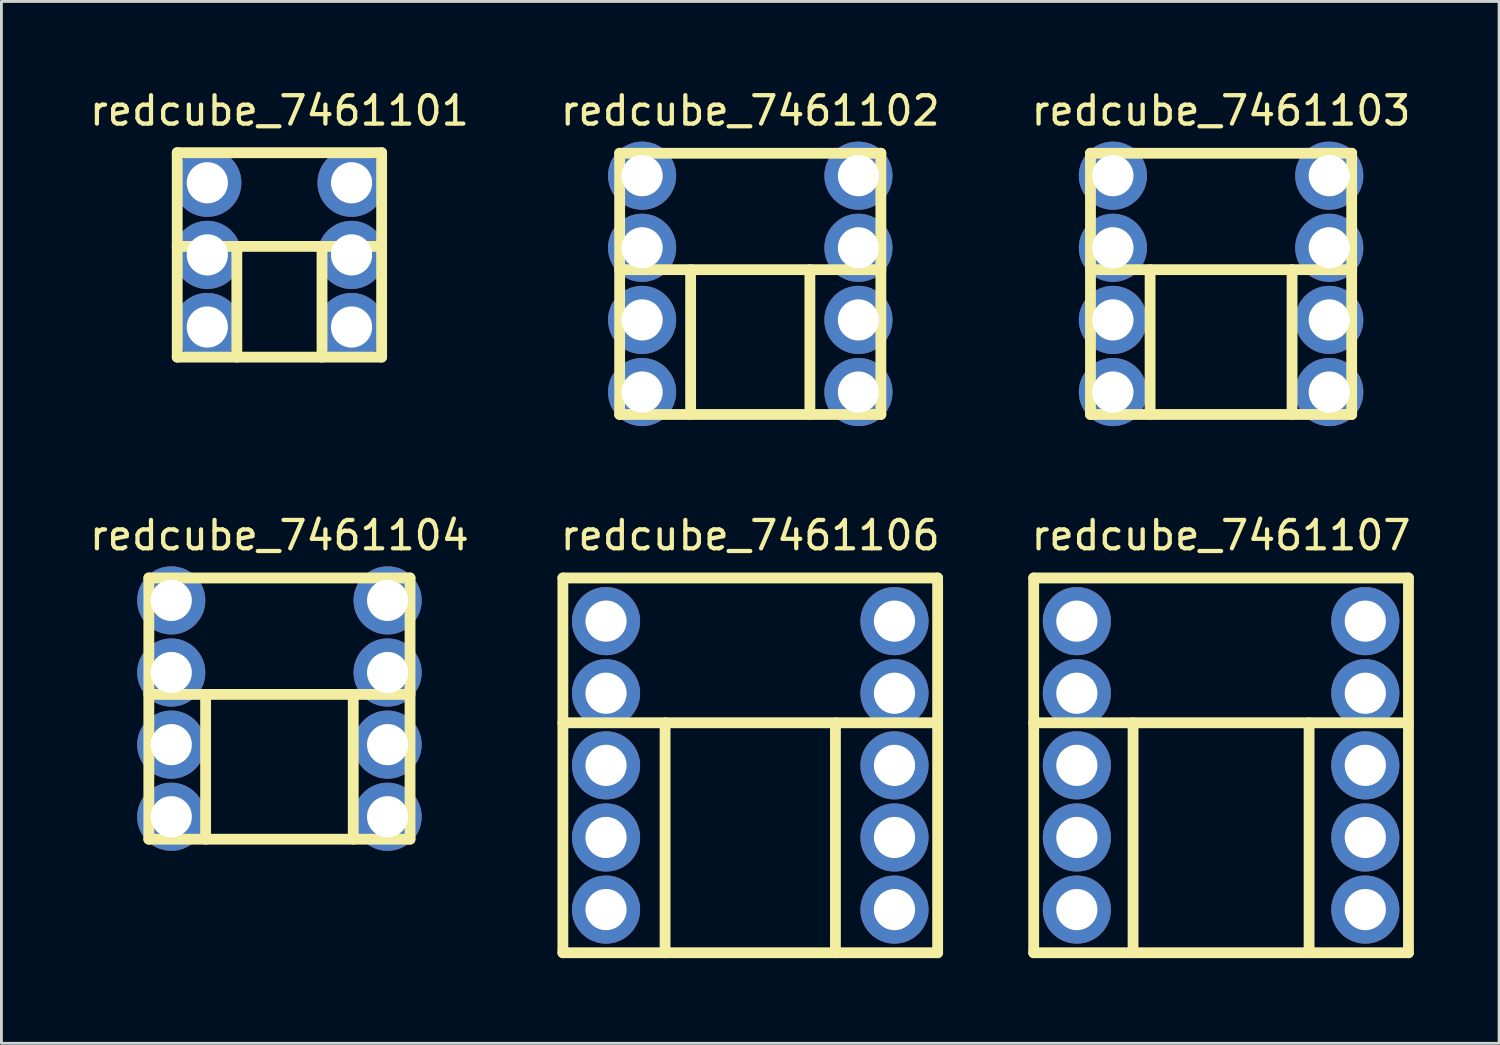
<source format=kicad_pcb>
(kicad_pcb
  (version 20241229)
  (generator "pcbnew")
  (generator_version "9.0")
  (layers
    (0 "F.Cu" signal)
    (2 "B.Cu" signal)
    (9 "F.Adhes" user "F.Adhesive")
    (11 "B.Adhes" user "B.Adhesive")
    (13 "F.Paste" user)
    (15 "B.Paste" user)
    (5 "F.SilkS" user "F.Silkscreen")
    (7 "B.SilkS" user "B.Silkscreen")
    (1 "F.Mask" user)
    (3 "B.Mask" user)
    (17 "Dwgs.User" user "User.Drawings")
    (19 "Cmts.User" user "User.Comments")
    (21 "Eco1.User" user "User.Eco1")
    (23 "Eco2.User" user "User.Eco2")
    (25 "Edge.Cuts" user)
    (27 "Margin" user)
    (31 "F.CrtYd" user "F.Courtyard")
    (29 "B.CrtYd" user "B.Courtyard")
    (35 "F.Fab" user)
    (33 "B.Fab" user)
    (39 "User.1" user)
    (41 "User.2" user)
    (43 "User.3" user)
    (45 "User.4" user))
  (footprint "redcube_7461102"
    (layer "F.Cu")
    (at 23.375 6.948)
    (property "Reference" "redcube_7461102" (at 0 -6.1 0) (layer "F.SilkS") (effects (font (size 1 1) (thickness 0.15))))
    (attr through_hole)
    (fp_line (start -4.6 -4.6) (end 4.6 -4.6) (stroke (width 0.381) (type solid)) (layer "F.SilkS"))
    (fp_line (start -4.6 4.6) (end -4.6 -4.6) (stroke (width 0.381) (type solid)) (layer "F.SilkS"))
    (fp_line (start -2.1 -0.5) (end -2.1 4.6) (stroke (width 0.381) (type solid)) (layer "F.SilkS"))
    (fp_line (start 2.1 -0.5) (end 2.1 4.6) (stroke (width 0.381) (type solid)) (layer "F.SilkS"))
    (fp_line (start 4.6 -4.6) (end 4.6 4.6) (stroke (width 0.381) (type solid)) (layer "F.SilkS"))
    (fp_line (start 4.6 -0.5) (end -4.6 -0.5) (stroke (width 0.381) (type solid)) (layer "F.SilkS"))
    (fp_line (start 4.6 4.6) (end -4.6 4.6) (stroke (width 0.381) (type solid)) (layer "F.SilkS"))
    (pad "1" thru_hole circle (at -3.81 -3.81) (size 2.4 2.4) (drill 1.45) (layers "*.Cu" "*.Mask"))
    (pad "1" thru_hole circle (at -3.81 -1.27) (size 2.4 2.4) (drill 1.45) (layers "*.Cu" "*.Mask"))
    (pad "1" thru_hole circle (at -3.81 1.27) (size 2.4 2.4) (drill 1.45) (layers "*.Cu" "*.Mask"))
    (pad "1" thru_hole circle (at -3.81 3.81) (size 2.4 2.4) (drill 1.45) (layers "*.Cu" "*.Mask"))
    (pad "1" thru_hole circle (at 3.81 -3.81) (size 2.4 2.4) (drill 1.45) (layers "*.Cu" "*.Mask"))
    (pad "1" thru_hole circle (at 3.81 -1.27) (size 2.4 2.4) (drill 1.45) (layers "*.Cu" "*.Mask"))
    (pad "1" thru_hole circle (at 3.81 1.27) (size 2.4 2.4) (drill 1.45) (layers "*.Cu" "*.Mask"))
    (pad "1" thru_hole circle (at 3.81 3.81) (size 2.4 2.4) (drill 1.45) (layers "*.Cu" "*.Mask")))
  (footprint "redcube_7461103"
    (layer "F.Cu")
    (at 39.958 6.948)
    (property "Reference" "redcube_7461103" (at 0 -6.1 0) (layer "F.SilkS") (effects (font (size 1 1) (thickness 0.15))))
    (attr through_hole)
    (fp_line (start -4.6 -4.6) (end 4.6 -4.6) (stroke (width 0.381) (type solid)) (layer "F.SilkS"))
    (fp_line (start -4.6 4.6) (end -4.6 -4.6) (stroke (width 0.381) (type solid)) (layer "F.SilkS"))
    (fp_line (start -2.5 -0.5) (end -2.5 4.6) (stroke (width 0.381) (type solid)) (layer "F.SilkS"))
    (fp_line (start 2.5 -0.5) (end 2.5 4.6) (stroke (width 0.381) (type solid)) (layer "F.SilkS"))
    (fp_line (start 4.6 -4.6) (end 4.6 4.6) (stroke (width 0.381) (type solid)) (layer "F.SilkS"))
    (fp_line (start 4.6 -0.5) (end -4.6 -0.5) (stroke (width 0.381) (type solid)) (layer "F.SilkS"))
    (fp_line (start 4.6 4.6) (end -4.6 4.6) (stroke (width 0.381) (type solid)) (layer "F.SilkS"))
    (pad "1" thru_hole circle (at -3.81 -3.81) (size 2.4 2.4) (drill 1.45) (layers "*.Cu" "*.Mask"))
    (pad "1" thru_hole circle (at -3.81 -1.27) (size 2.4 2.4) (drill 1.45) (layers "*.Cu" "*.Mask"))
    (pad "1" thru_hole circle (at -3.81 1.27) (size 2.4 2.4) (drill 1.45) (layers "*.Cu" "*.Mask"))
    (pad "1" thru_hole circle (at -3.81 3.81) (size 2.4 2.4) (drill 1.45) (layers "*.Cu" "*.Mask"))
    (pad "1" thru_hole circle (at 3.81 -3.81) (size 2.4 2.4) (drill 1.45) (layers "*.Cu" "*.Mask"))
    (pad "1" thru_hole circle (at 3.81 -1.27) (size 2.4 2.4) (drill 1.45) (layers "*.Cu" "*.Mask"))
    (pad "1" thru_hole circle (at 3.81 1.27) (size 2.4 2.4) (drill 1.45) (layers "*.Cu" "*.Mask"))
    (pad "1" thru_hole circle (at 3.81 3.81) (size 2.4 2.4) (drill 1.45) (layers "*.Cu" "*.Mask")))
  (footprint "redcube_7461101"
    (layer "F.Cu")
    (at 6.792 5.928)
    (property "Reference" "redcube_7461101" (at 0 -5.08 0) (layer "F.SilkS") (effects (font (size 1 1) (thickness 0.15))))
    (attr through_hole)
    (fp_line (start -3.6 -3.6) (end 3.6 -3.6) (stroke (width 0.381) (type solid)) (layer "F.SilkS"))
    (fp_line (start -3.6 3.6) (end -3.6 -3.6) (stroke (width 0.381) (type solid)) (layer "F.SilkS"))
    (fp_line (start -1.5 -0.3) (end -1.5 3.6) (stroke (width 0.381) (type solid)) (layer "F.SilkS"))
    (fp_line (start 1.5 -0.3) (end 1.5 3.6) (stroke (width 0.381) (type solid)) (layer "F.SilkS"))
    (fp_line (start 3.6 -3.6) (end 3.6 3.6) (stroke (width 0.381) (type solid)) (layer "F.SilkS"))
    (fp_line (start 3.6 -0.3) (end -3.6 -0.3) (stroke (width 0.381) (type solid)) (layer "F.SilkS"))
    (fp_line (start 3.6 3.6) (end -3.6 3.6) (stroke (width 0.381) (type solid)) (layer "F.SilkS"))
    (pad "1" thru_hole circle (at -2.54 -2.54) (size 2.4 2.4) (drill 1.45) (layers "*.Cu" "*.Mask"))
    (pad "1" thru_hole circle (at -2.54 0) (size 2.4 2.4) (drill 1.45) (layers "*.Cu" "*.Mask"))
    (pad "1" thru_hole circle (at -2.54 2.54) (size 2.4 2.4) (drill 1.45) (layers "*.Cu" "*.Mask"))
    (pad "1" thru_hole circle (at 2.54 -2.54) (size 2.4 2.4) (drill 1.45) (layers "*.Cu" "*.Mask"))
    (pad "1" thru_hole circle (at 2.54 0) (size 2.4 2.4) (drill 1.45) (layers "*.Cu" "*.Mask"))
    (pad "1" thru_hole circle (at 2.54 2.54) (size 2.4 2.4) (drill 1.45) (layers "*.Cu" "*.Mask")))
  (footprint "redcube_7461106"
    (layer "F.Cu")
    (at 23.375 23.907)
    (property "Reference" "redcube_7461106" (at 0 -8.1 0) (layer "F.SilkS") (effects (font (size 1 1) (thickness 0.15))))
    (attr through_hole)
    (fp_line (start -6.6 -6.6) (end 6.6 -6.6) (stroke (width 0.381) (type solid)) (layer "F.SilkS"))
    (fp_line (start -6.6 6.6) (end -6.6 -6.6) (stroke (width 0.381) (type solid)) (layer "F.SilkS"))
    (fp_line (start -3 -1.5) (end -3 6.6) (stroke (width 0.381) (type solid)) (layer "F.SilkS"))
    (fp_line (start 3 -1.5) (end 3 6.6) (stroke (width 0.381) (type solid)) (layer "F.SilkS"))
    (fp_line (start 6.6 -6.6) (end 6.6 6.6) (stroke (width 0.381) (type solid)) (layer "F.SilkS"))
    (fp_line (start 6.6 -1.5) (end -6.6 -1.5) (stroke (width 0.381) (type solid)) (layer "F.SilkS"))
    (fp_line (start 6.6 6.6) (end -6.6 6.6) (stroke (width 0.381) (type solid)) (layer "F.SilkS"))
    (pad "1" thru_hole circle (at -5.08 -5.08) (size 2.4 2.4) (drill 1.45) (layers "*.Cu" "*.Mask"))
    (pad "1" thru_hole circle (at -5.08 -2.54) (size 2.4 2.4) (drill 1.45) (layers "*.Cu" "*.Mask"))
    (pad "1" thru_hole circle (at -5.08 0) (size 2.4 2.4) (drill 1.45) (layers "*.Cu" "*.Mask"))
    (pad "1" thru_hole circle (at -5.08 2.54) (size 2.4 2.4) (drill 1.45) (layers "*.Cu" "*.Mask"))
    (pad "1" thru_hole circle (at -5.08 5.08) (size 2.4 2.4) (drill 1.45) (layers "*.Cu" "*.Mask"))
    (pad "1" thru_hole circle (at 5.08 -5.08) (size 2.4 2.4) (drill 1.45) (layers "*.Cu" "*.Mask"))
    (pad "1" thru_hole circle (at 5.08 -2.54) (size 2.4 2.4) (drill 1.45) (layers "*.Cu" "*.Mask"))
    (pad "1" thru_hole circle (at 5.08 0) (size 2.4 2.4) (drill 1.45) (layers "*.Cu" "*.Mask"))
    (pad "1" thru_hole circle (at 5.08 2.54) (size 2.4 2.4) (drill 1.45) (layers "*.Cu" "*.Mask"))
    (pad "1" thru_hole circle (at 5.08 5.08) (size 2.4 2.4) (drill 1.45) (layers "*.Cu" "*.Mask")))
  (footprint "redcube_7461107"
    (layer "F.Cu")
    (at 39.958 23.907)
    (property "Reference" "redcube_7461107" (at 0 -8.1 0) (layer "F.SilkS") (effects (font (size 1 1) (thickness 0.15))))
    (attr through_hole)
    (fp_line (start -6.6 -6.6) (end 6.6 -6.6) (stroke (width 0.381) (type solid)) (layer "F.SilkS"))
    (fp_line (start -6.6 6.6) (end -6.6 -6.6) (stroke (width 0.381) (type solid)) (layer "F.SilkS"))
    (fp_line (start -3.1 -1.5) (end -3.1 6.6) (stroke (width 0.381) (type solid)) (layer "F.SilkS"))
    (fp_line (start 3.1 -1.5) (end 3.1 6.6) (stroke (width 0.381) (type solid)) (layer "F.SilkS"))
    (fp_line (start 6.6 -6.6) (end 6.6 6.6) (stroke (width 0.381) (type solid)) (layer "F.SilkS"))
    (fp_line (start 6.6 -1.5) (end -6.6 -1.5) (stroke (width 0.381) (type solid)) (layer "F.SilkS"))
    (fp_line (start 6.6 6.6) (end -6.6 6.6) (stroke (width 0.381) (type solid)) (layer "F.SilkS"))
    (pad "1" thru_hole circle (at -5.08 -5.08) (size 2.4 2.4) (drill 1.45) (layers "*.Cu" "*.Mask"))
    (pad "1" thru_hole circle (at -5.08 -2.54) (size 2.4 2.4) (drill 1.45) (layers "*.Cu" "*.Mask"))
    (pad "1" thru_hole circle (at -5.08 0) (size 2.4 2.4) (drill 1.45) (layers "*.Cu" "*.Mask"))
    (pad "1" thru_hole circle (at -5.08 2.54) (size 2.4 2.4) (drill 1.45) (layers "*.Cu" "*.Mask"))
    (pad "1" thru_hole circle (at -5.08 5.08) (size 2.4 2.4) (drill 1.45) (layers "*.Cu" "*.Mask"))
    (pad "1" thru_hole circle (at 5.08 -5.08) (size 2.4 2.4) (drill 1.45) (layers "*.Cu" "*.Mask"))
    (pad "1" thru_hole circle (at 5.08 -2.54) (size 2.4 2.4) (drill 1.45) (layers "*.Cu" "*.Mask"))
    (pad "1" thru_hole circle (at 5.08 0) (size 2.4 2.4) (drill 1.45) (layers "*.Cu" "*.Mask"))
    (pad "1" thru_hole circle (at 5.08 2.54) (size 2.4 2.4) (drill 1.45) (layers "*.Cu" "*.Mask"))
    (pad "1" thru_hole circle (at 5.08 5.08) (size 2.4 2.4) (drill 1.45) (layers "*.Cu" "*.Mask")))
  (footprint "redcube_7461104"
    (layer "F.Cu")
    (at 6.792 21.907)
    (property "Reference" "redcube_7461104" (at 0 -6.1 0) (layer "F.SilkS") (effects (font (size 1 1) (thickness 0.15))))
    (attr through_hole)
    (fp_line (start -4.6 -4.6) (end 4.6 -4.6) (stroke (width 0.381) (type solid)) (layer "F.SilkS"))
    (fp_line (start -4.6 4.6) (end -4.6 -4.6) (stroke (width 0.381) (type solid)) (layer "F.SilkS"))
    (fp_line (start -2.6 -0.5) (end -2.6 4.6) (stroke (width 0.381) (type solid)) (layer "F.SilkS"))
    (fp_line (start 2.6 -0.5) (end 2.6 4.6) (stroke (width 0.381) (type solid)) (layer "F.SilkS"))
    (fp_line (start 4.6 -4.6) (end 4.6 4.6) (stroke (width 0.381) (type solid)) (layer "F.SilkS"))
    (fp_line (start 4.6 -0.5) (end -4.6 -0.5) (stroke (width 0.381) (type solid)) (layer "F.SilkS"))
    (fp_line (start 4.6 4.6) (end -4.6 4.6) (stroke (width 0.381) (type solid)) (layer "F.SilkS"))
    (pad "1" thru_hole circle (at -3.81 -3.81) (size 2.4 2.4) (drill 1.45) (layers "*.Cu" "*.Mask"))
    (pad "1" thru_hole circle (at -3.81 -1.27) (size 2.4 2.4) (drill 1.45) (layers "*.Cu" "*.Mask"))
    (pad "1" thru_hole circle (at -3.81 1.27) (size 2.4 2.4) (drill 1.45) (layers "*.Cu" "*.Mask"))
    (pad "1" thru_hole circle (at -3.81 3.81) (size 2.4 2.4) (drill 1.45) (layers "*.Cu" "*.Mask"))
    (pad "1" thru_hole circle (at 3.81 -3.81) (size 2.4 2.4) (drill 1.45) (layers "*.Cu" "*.Mask"))
    (pad "1" thru_hole circle (at 3.81 -1.27) (size 2.4 2.4) (drill 1.45) (layers "*.Cu" "*.Mask"))
    (pad "1" thru_hole circle (at 3.81 1.27) (size 2.4 2.4) (drill 1.45) (layers "*.Cu" "*.Mask"))
    (pad "1" thru_hole circle (at 3.81 3.81) (size 2.4 2.4) (drill 1.45) (layers "*.Cu" "*.Mask")))
  (gr_rect
    (start -3 -3)
    (end 49.75 33.697)
    (stroke (width 0.1) (type default))
    (fill no)
    (layer "Edge.Cuts")))
</source>
